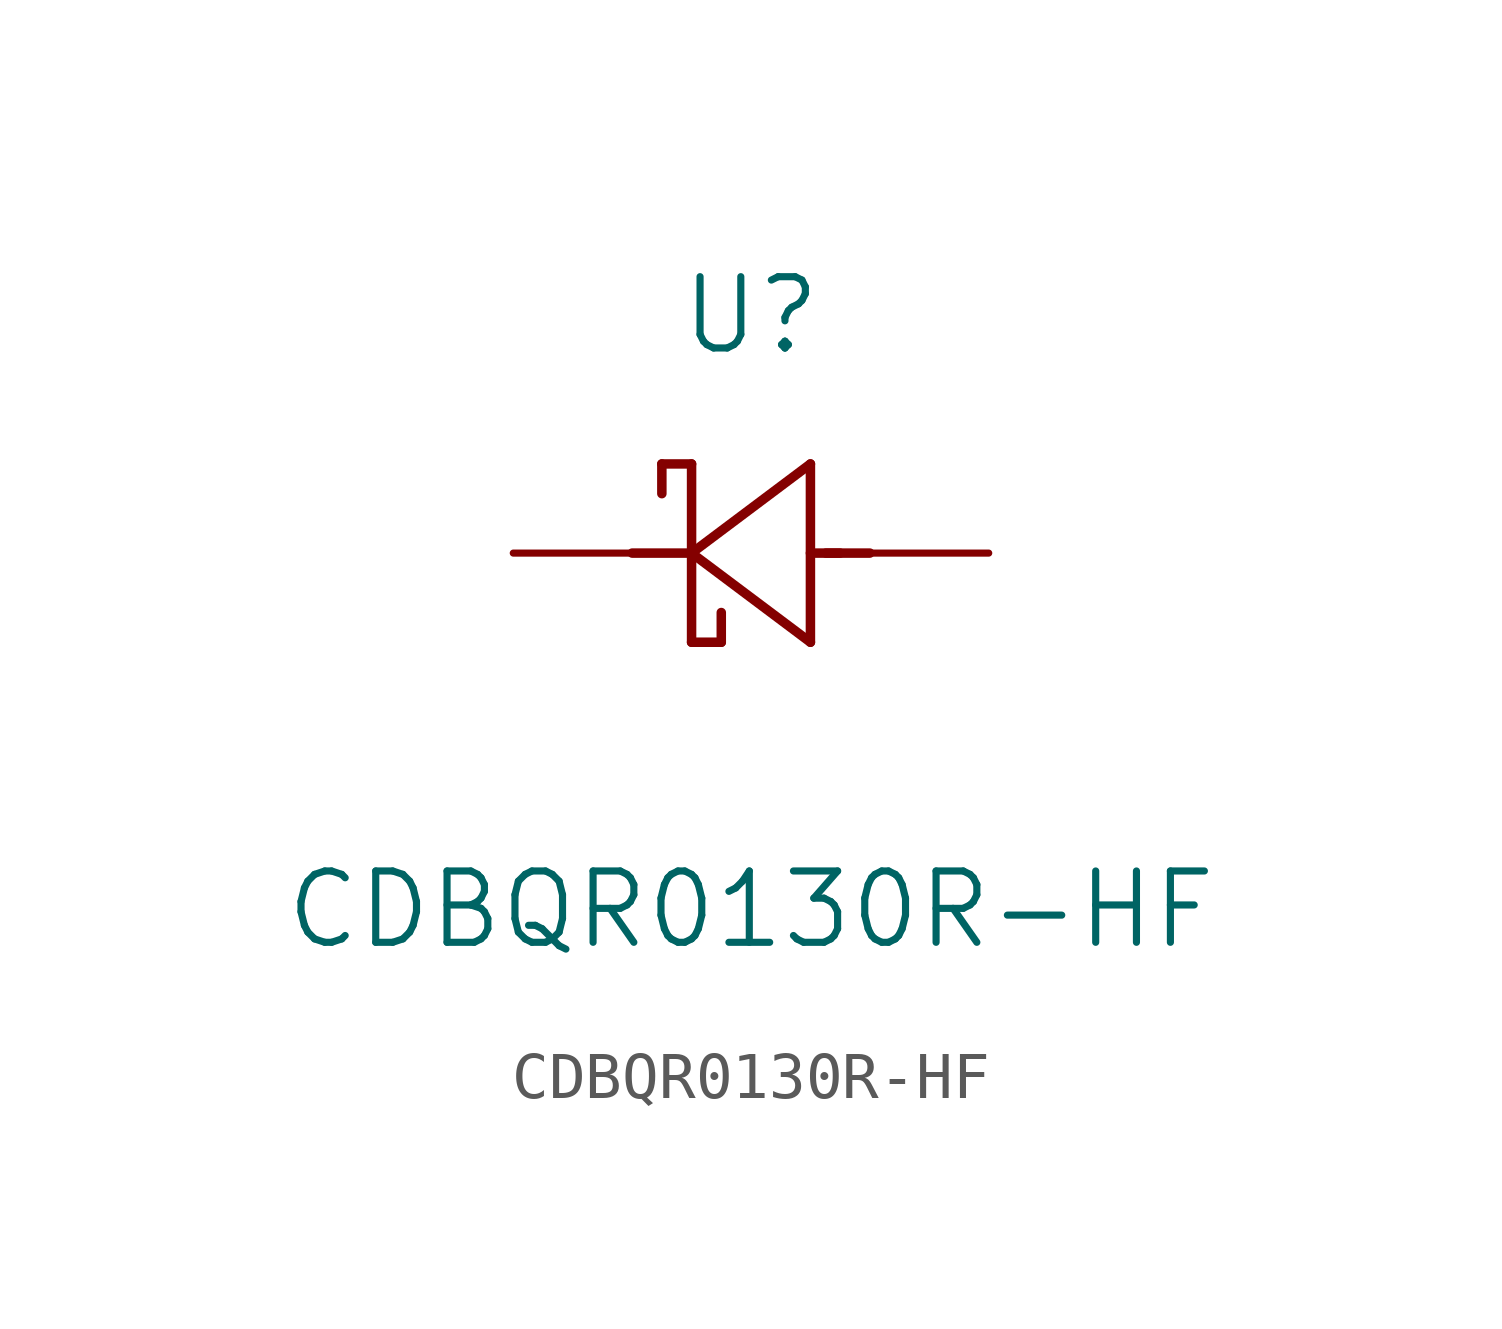
<source format=kicad_sym>
(kicad_symbol_lib
  (version 20211014)
  (generator kicad_symbol_editor)
  (symbol "CDBQR0130R-HF"
    (pin_numbers hide)
    (pin_names
      (offset 1.651) hide)
    (property "Reference" "U"
      (at 5.08 5.08 0)
      (effects (font (size 1.524 1.524))))
    (property "Value" "CDBQR0130R-HF"
      (at 5.08 -7.62 0)
      (effects (font (size 1.524 1.524))))
    (property "Datasheet" ""
      (at 0 0 0)
      (effects (font (size 1.524 1.524))))
    (property "ki_locked" ""
      (at 0 0 0)
      (effects (font (size 1.27 1.27))))
    (symbol "CDBQR0130R-HF_1_1"
      (polyline (pts (xy 3.175 1.905) (xy 3.175 1.27)) (stroke (width 0.203) (type default) (color 0 0 0 0)) (fill (type none)))
      (polyline (pts (xy 3.175 1.905) (xy 3.81 1.905)) (stroke (width 0.203) (type default) (color 0 0 0 0)) (fill (type none)))
      (polyline (pts (xy 3.81 0) (xy 2.54 0)) (stroke (width 0.203) (type default) (color 0 0 0 0)) (fill (type none)))
      (polyline (pts (xy 3.81 0) (xy 6.35 -1.905)) (stroke (width 0.203) (type default) (color 0 0 0 0)) (fill (type none)))
      (polyline (pts (xy 3.81 1.905) (xy 3.81 -1.905)) (stroke (width 0.203) (type default) (color 0 0 0 0)) (fill (type none)))
      (polyline (pts (xy 4.445 -1.905) (xy 3.81 -1.905)) (stroke (width 0.203) (type default) (color 0 0 0 0)) (fill (type none)))
      (polyline (pts (xy 4.445 -1.905) (xy 4.445 -1.27)) (stroke (width 0.203) (type default) (color 0 0 0 0)) (fill (type none)))
      (polyline (pts (xy 6.35 -1.905) (xy 6.35 1.905)) (stroke (width 0.203) (type default) (color 0 0 0 0)) (fill (type none)))
      (polyline (pts (xy 6.35 1.905) (xy 3.81 0)) (stroke (width 0.203) (type default) (color 0 0 0 0)) (fill (type none)))
      (polyline (pts (xy 6.985 0) (xy 6.35 0)) (stroke (width 0.203) (type default) (color 0 0 0 0)) (fill (type none)))
      (polyline (pts (xy 7.62 0) (xy 6.68 0)) (stroke (width 0.203) (type default) (color 0 0 0 0)) (fill (type none)))
      (pin unspecified line (at 0 0 0) (length 2.54) (name "1" (effects (font (size 1.499 1.499)))) (number "1" (effects (font (size 1.499 1.499)))))
      (pin unspecified line (at 10.16 0 180) (length 2.54) (name "2" (effects (font (size 1.499 1.499)))) (number "2" (effects (font (size 1.499 1.499))))))))
</source>
